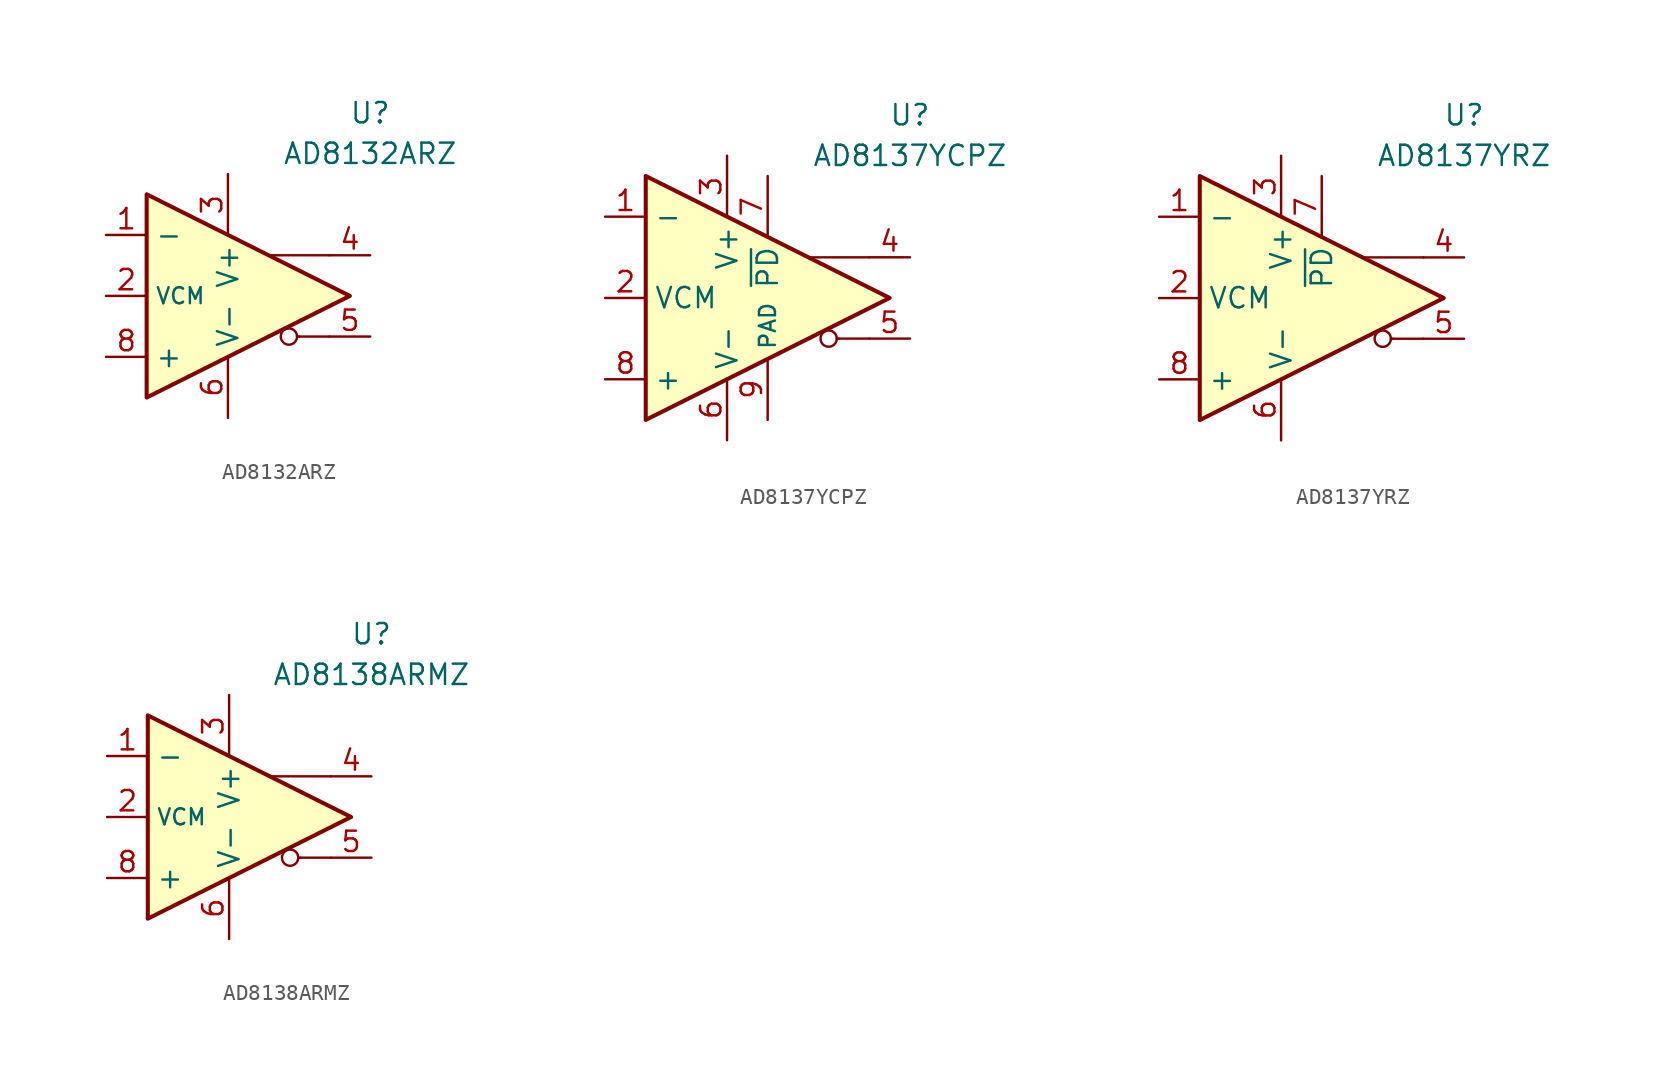
<source format=kicad_sym>
(kicad_symbol_lib
  (version 20231120)
  (generator "kicad_symbol_editor")
  (generator_version "8.0")
  (symbol "AD8132ARZ"
    (property "Reference" "U"
      (at 8.89 11.43 0)
      (effects (font (size 1.27 1.27))))
    (property "Value" "AD8132ARZ"
      (at 8.89 8.89 0)
      (effects (font (size 1.27 1.27))))
    (symbol "AD8132ARZ_0_0"
      (polyline (pts (xy 4.445 -2.54) (xy 4.318 -2.54)) (stroke (width 0.152) (type default)) (fill (type none)))
      (polyline (pts (xy 6.35 -2.54) (xy 4.445 -2.54)) (stroke (width 0.152) (type default)) (fill (type none)))
      (polyline (pts (xy 6.35 2.54) (xy 2.54 2.54)) (stroke (width 0.152) (type default)) (fill (type none)))
      (circle (center 3.81 -2.54) (radius 0.508) (stroke (width 0.152) (type default)) (fill (type none))))
    (symbol "AD8132ARZ_0_1"
      (polyline (pts (xy -5.08 6.35) (xy -5.08 -6.35) (xy 7.62 0) (xy -5.08 6.35)) (stroke (width 0.254) (type default)) (fill (type background))))
    (symbol "AD8132ARZ_1_1"
      (pin input line (at -7.62 3.81 0) (length 2.54) (name "-" (effects (font (size 1.27 1.27)))) (number "1" (effects (font (size 1.27 1.27)))))
      (pin input line (at -7.62 0 0) (length 2.54) (name "VCM" (effects (font (size 1 1)))) (number "2" (effects (font (size 1.27 1.27)))))
      (pin power_in line (at 0 7.62 270) (length 3.84) (name "V+" (effects (font (size 1.27 1.27)))) (number "3" (effects (font (size 1.27 1.27)))))
      (pin output line (at 8.89 2.54 180) (length 2.54) (name "~" (effects (font (size 1.27 1.27)))) (number "4" (effects (font (size 1.27 1.27)))))
      (pin output line (at 8.89 -2.54 180) (length 2.54) (name "~" (effects (font (size 1.27 1.27)))) (number "5" (effects (font (size 1.27 1.27)))))
      (pin power_in line (at 0 -7.62 90) (length 3.84) (name "V-" (effects (font (size 1.27 1.27)))) (number "6" (effects (font (size 1.27 1.27)))))
      (pin free line (at 0 0 0) (length 2.54) hide (name "NC" (effects (font (size 1.27 1.27)))) (number "7" (effects (font (size 1.27 1.27)))))
      (pin input line (at -7.62 -3.81 0) (length 2.54) (name "+" (effects (font (size 1.27 1.27)))) (number "8" (effects (font (size 1.27 1.27)))))))
  (symbol "AD8137YCPZ"
    (property "Reference" "U"
      (at 8.89 11.43 0)
      (effects (font (size 1.27 1.27))))
    (property "Value" "AD8137YCPZ"
      (at 8.89 8.89 0)
      (effects (font (size 1.27 1.27))))
    (symbol "AD8137YCPZ_0_0"
      (polyline (pts (xy 4.445 -2.54) (xy 4.318 -2.54)) (stroke (width 0.152) (type default)) (fill (type none)))
      (polyline (pts (xy 6.35 -2.54) (xy 4.445 -2.54)) (stroke (width 0.152) (type default)) (fill (type none)))
      (polyline (pts (xy 6.35 2.54) (xy 2.54 2.54)) (stroke (width 0.152) (type default)) (fill (type none)))
      (circle (center 3.81 -2.54) (radius 0.508) (stroke (width 0.152) (type default)) (fill (type none))))
    (symbol "AD8137YCPZ_0_1"
      (polyline (pts (xy -7.62 7.62) (xy -7.62 -7.62) (xy 7.62 0) (xy -7.62 7.62)) (stroke (width 0.254) (type default)) (fill (type background))))
    (symbol "AD8137YCPZ_1_1"
      (pin input line (at -10.16 5.08 0) (length 2.54) (name "-" (effects (font (size 1.27 1.27)))) (number "1" (effects (font (size 1.27 1.27)))))
      (pin input line (at -10.16 0 0) (length 2.54) (name "VCM" (effects (font (size 1.27 1.27)))) (number "2" (effects (font (size 1.27 1.27)))))
      (pin power_in line (at -2.54 8.89 270) (length 3.84) (name "V+" (effects (font (size 1.27 1.27)))) (number "3" (effects (font (size 1.27 1.27)))))
      (pin output line (at 8.89 2.54 180) (length 2.54) (name "~" (effects (font (size 1.27 1.27)))) (number "4" (effects (font (size 1.27 1.27)))))
      (pin output line (at 8.89 -2.54 180) (length 2.54) (name "~" (effects (font (size 1.27 1.27)))) (number "5" (effects (font (size 1.27 1.27)))))
      (pin power_in line (at -2.54 -8.89 90) (length 3.84) (name "V-" (effects (font (size 1.27 1.27)))) (number "6" (effects (font (size 1.27 1.27)))))
      (pin input line (at 0 7.62 270) (length 3.84) (name "~{PD}" (effects (font (size 1.27 1.27)))) (number "7" (effects (font (size 1.27 1.27)))))
      (pin input line (at -10.16 -5.08 0) (length 2.54) (name "+" (effects (font (size 1.27 1.27)))) (number "8" (effects (font (size 1.27 1.27)))))
      (pin power_in line (at 0 -7.62 90) (length 3.84) (name "PAD" (effects (font (size 1 1)))) (number "9" (effects (font (size 1.27 1.27)))))))
  (symbol "AD8137YRZ"
    (property "Reference" "U"
      (at 8.89 11.43 0)
      (effects (font (size 1.27 1.27))))
    (property "Value" "AD8137YRZ"
      (at 8.89 8.89 0)
      (effects (font (size 1.27 1.27))))
    (symbol "AD8137YRZ_0_0"
      (polyline (pts (xy 4.445 -2.54) (xy 4.318 -2.54)) (stroke (width 0.152) (type default)) (fill (type none)))
      (polyline (pts (xy 6.35 -2.54) (xy 4.445 -2.54)) (stroke (width 0.152) (type default)) (fill (type none)))
      (polyline (pts (xy 6.35 2.54) (xy 2.54 2.54)) (stroke (width 0.152) (type default)) (fill (type none)))
      (circle (center 3.81 -2.54) (radius 0.508) (stroke (width 0.152) (type default)) (fill (type none))))
    (symbol "AD8137YRZ_0_1"
      (polyline (pts (xy -7.62 7.62) (xy -7.62 -7.62) (xy 7.62 0) (xy -7.62 7.62)) (stroke (width 0.254) (type default)) (fill (type background))))
    (symbol "AD8137YRZ_1_1"
      (pin input line (at -10.16 5.08 0) (length 2.54) (name "-" (effects (font (size 1.27 1.27)))) (number "1" (effects (font (size 1.27 1.27)))))
      (pin input line (at -10.16 0 0) (length 2.54) (name "VCM" (effects (font (size 1.27 1.27)))) (number "2" (effects (font (size 1.27 1.27)))))
      (pin power_in line (at -2.54 8.89 270) (length 3.84) (name "V+" (effects (font (size 1.27 1.27)))) (number "3" (effects (font (size 1.27 1.27)))))
      (pin output line (at 8.89 2.54 180) (length 2.54) (name "~" (effects (font (size 1.27 1.27)))) (number "4" (effects (font (size 1.27 1.27)))))
      (pin output line (at 8.89 -2.54 180) (length 2.54) (name "~" (effects (font (size 1.27 1.27)))) (number "5" (effects (font (size 1.27 1.27)))))
      (pin power_in line (at -2.54 -8.89 90) (length 3.84) (name "V-" (effects (font (size 1.27 1.27)))) (number "6" (effects (font (size 1.27 1.27)))))
      (pin input line (at 0 7.62 270) (length 3.84) (name "~{PD}" (effects (font (size 1.27 1.27)))) (number "7" (effects (font (size 1.27 1.27)))))
      (pin input line (at -10.16 -5.08 0) (length 2.54) (name "+" (effects (font (size 1.27 1.27)))) (number "8" (effects (font (size 1.27 1.27)))))))
  (symbol "AD8138ARMZ"
    (property "Reference" "U"
      (at 8.89 11.43 0)
      (effects (font (size 1.27 1.27))))
    (property "Value" "AD8138ARMZ"
      (at 8.89 8.89 0)
      (effects (font (size 1.27 1.27))))
    (symbol "AD8138ARMZ_0_0"
      (polyline (pts (xy 4.445 -2.54) (xy 4.318 -2.54)) (stroke (width 0.152) (type default)) (fill (type none)))
      (polyline (pts (xy 6.35 -2.54) (xy 4.445 -2.54)) (stroke (width 0.152) (type default)) (fill (type none)))
      (polyline (pts (xy 6.35 2.54) (xy 2.54 2.54)) (stroke (width 0.152) (type default)) (fill (type none)))
      (circle (center 3.81 -2.54) (radius 0.508) (stroke (width 0.152) (type default)) (fill (type none))))
    (symbol "AD8138ARMZ_0_1"
      (polyline (pts (xy -5.08 6.35) (xy -5.08 -6.35) (xy 7.62 0) (xy -5.08 6.35)) (stroke (width 0.254) (type default)) (fill (type background))))
    (symbol "AD8138ARMZ_1_1"
      (pin input line (at -7.62 3.81 0) (length 2.54) (name "-" (effects (font (size 1.27 1.27)))) (number "1" (effects (font (size 1.27 1.27)))))
      (pin input line (at -7.62 0 0) (length 2.54) (name "VCM" (effects (font (size 1 1)))) (number "2" (effects (font (size 1.27 1.27)))))
      (pin power_in line (at 0 7.62 270) (length 3.84) (name "V+" (effects (font (size 1.27 1.27)))) (number "3" (effects (font (size 1.27 1.27)))))
      (pin output line (at 8.89 2.54 180) (length 2.54) (name "~" (effects (font (size 1.27 1.27)))) (number "4" (effects (font (size 1.27 1.27)))))
      (pin output line (at 8.89 -2.54 180) (length 2.54) (name "~" (effects (font (size 1.27 1.27)))) (number "5" (effects (font (size 1.27 1.27)))))
      (pin power_in line (at 0 -7.62 90) (length 3.84) (name "V-" (effects (font (size 1.27 1.27)))) (number "6" (effects (font (size 1.27 1.27)))))
      (pin free line (at 0 0 0) (length 2.54) hide (name "NC" (effects (font (size 1.27 1.27)))) (number "7" (effects (font (size 1.27 1.27)))))
      (pin input line (at -7.62 -3.81 0) (length 2.54) (name "+" (effects (font (size 1.27 1.27)))) (number "8" (effects (font (size 1.27 1.27))))))))
</source>
